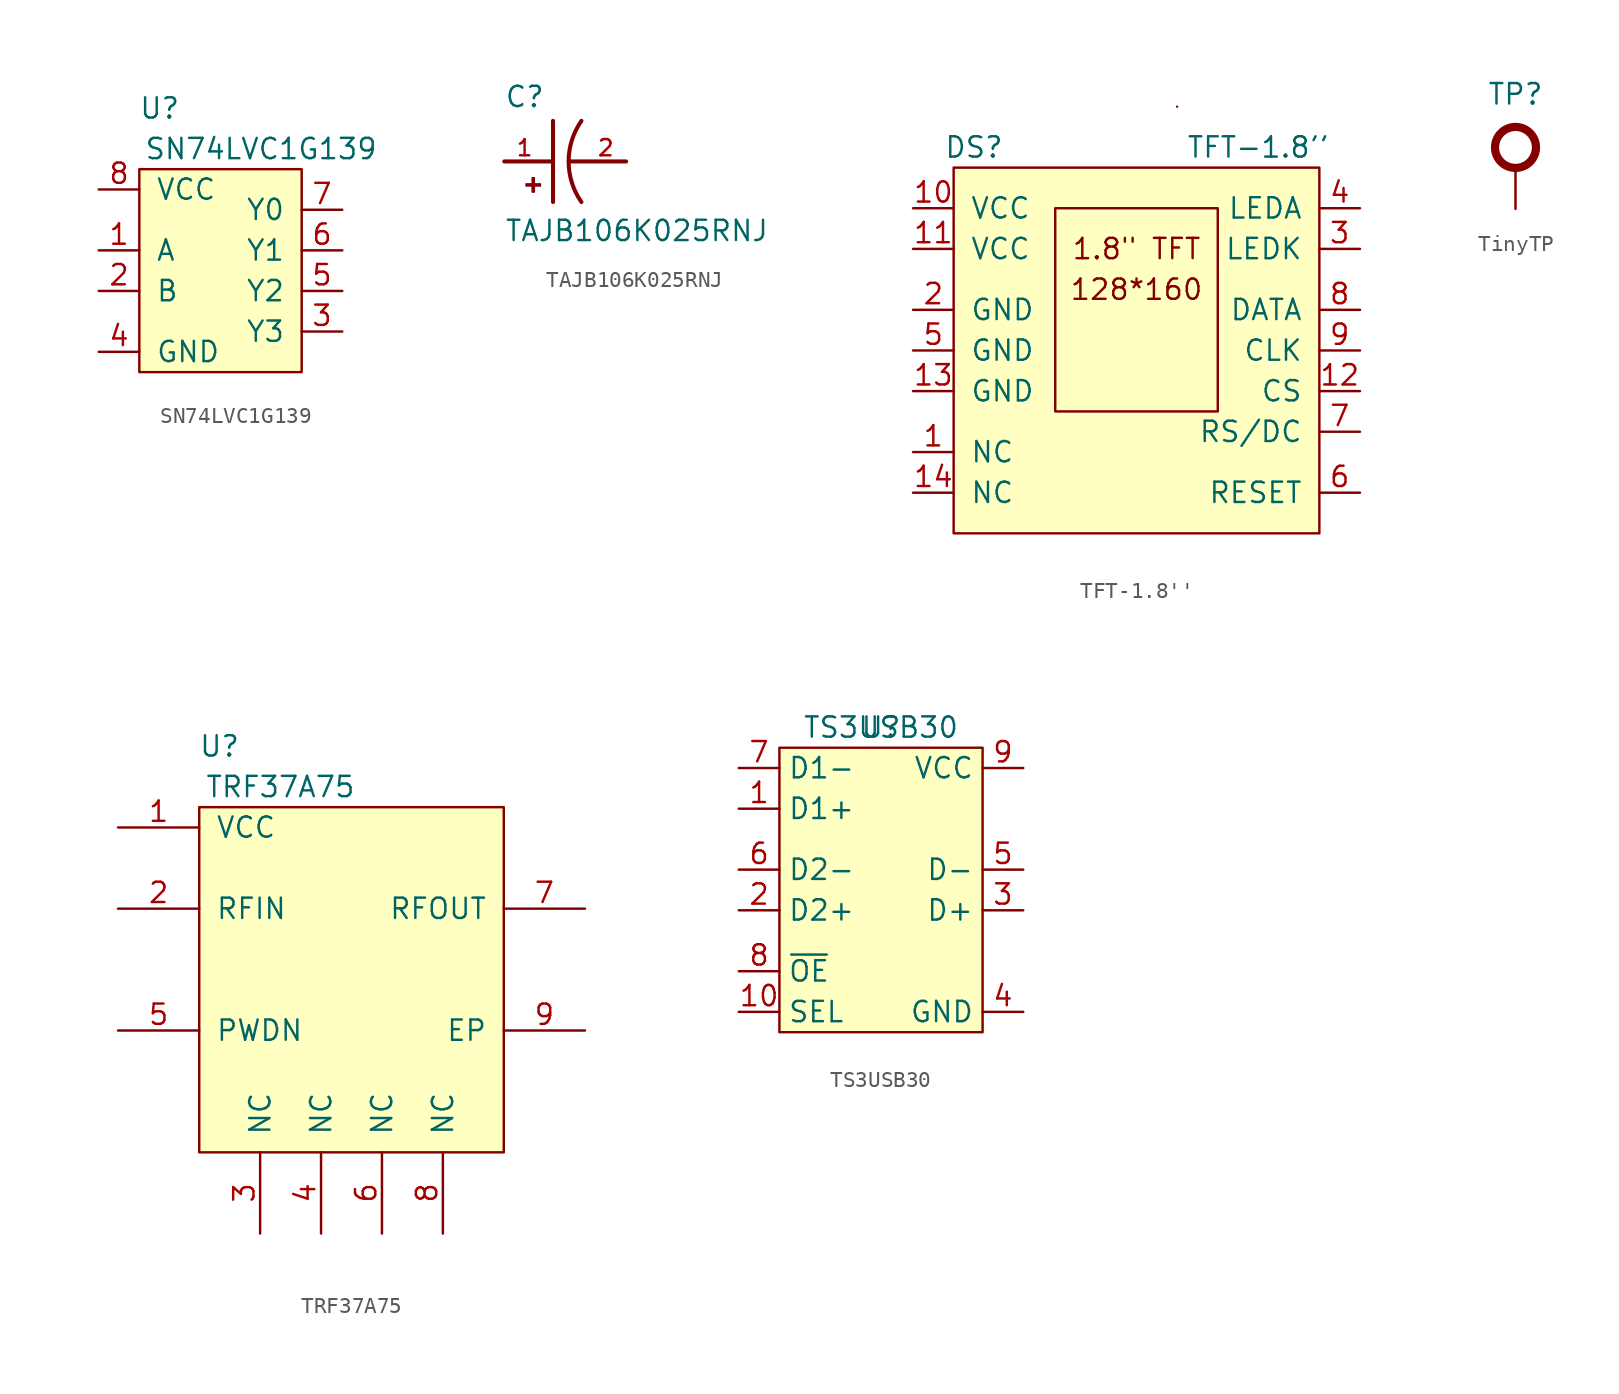
<source format=kicad_sym>
(kicad_symbol_lib
  (version 20231120)
  (generator "kicad_symbol_editor")
  (generator_version "8.0")
  (symbol "SN74LVC1G139"
    (pin_names
      (offset 1.016))
    (property "Reference" "U"
      (at -3.81 10.16 0)
      (effects (font (size 1.27 1.27))))
    (property "Value" "SN74LVC1G139"
      (at 2.54 7.62 0)
      (effects (font (size 1.27 1.27))))
    (symbol "SN74LVC1G139_0_1"
      (rectangle (start 5.08 -6.35) (end -5.08 6.35) (stroke (width 0) (type default)) (fill (type background))))
    (symbol "SN74LVC1G139_1_1"
      (pin bidirectional line (at -7.62 1.27 0) (length 2.54) (name "A" (effects (font (size 1.27 1.27)))) (number "1" (effects (font (size 1.27 1.27)))))
      (pin bidirectional line (at -7.62 -1.27 0) (length 2.54) (name "B" (effects (font (size 1.27 1.27)))) (number "2" (effects (font (size 1.27 1.27)))))
      (pin bidirectional line (at 7.62 -3.81 180) (length 2.54) (name "Y3" (effects (font (size 1.27 1.27)))) (number "3" (effects (font (size 1.27 1.27)))))
      (pin power_in line (at -7.62 -5.08 0) (length 2.54) (name "GND" (effects (font (size 1.27 1.27)))) (number "4" (effects (font (size 1.27 1.27)))))
      (pin bidirectional line (at 7.62 -1.27 180) (length 2.54) (name "Y2" (effects (font (size 1.27 1.27)))) (number "5" (effects (font (size 1.27 1.27)))))
      (pin bidirectional line (at 7.62 1.27 180) (length 2.54) (name "Y1" (effects (font (size 1.27 1.27)))) (number "6" (effects (font (size 1.27 1.27)))))
      (pin bidirectional line (at 7.62 3.81 180) (length 2.54) (name "Y0" (effects (font (size 1.27 1.27)))) (number "7" (effects (font (size 1.27 1.27)))))
      (pin power_in line (at -7.62 5.08 0) (length 2.54) (name "VCC" (effects (font (size 1.27 1.27)))) (number "8" (effects (font (size 1.27 1.27)))))))
  (symbol "TAJB106K025RNJ"
    (pin_names
      (offset 1.016))
    (property "Reference" "C"
      (at -5.08 3.302 0)
      (effects (font (size 1.27 1.27)) (justify left bottom)))
    (property "Value" "TAJB106K025RNJ"
      (at -5.08 -5.08 0)
      (effects (font (size 1.27 1.27)) (justify left bottom)))
    (symbol "TAJB106K025RNJ_0_0"
      (rectangle (start -3.713 -1.532) (end -2.824 -1.405) (stroke (width 0.1) (type default)) (fill (type outline)))
      (rectangle (start -3.332 -1.913) (end -3.205 -1.024) (stroke (width 0.1) (type default)) (fill (type outline)))
      (arc (start -0.254 2.54) (mid -1.0549 0) (end -0.254 -2.54) (stroke (width 0.254) (type default)) (fill (type none)))
      (polyline (pts (xy -5.08 0) (xy -2.032 0)) (stroke (width 0.254) (type default)) (fill (type none)))
      (polyline (pts (xy -2.032 2.54) (xy -2.032 -2.54)) (stroke (width 0.254) (type default)) (fill (type none)))
      (polyline (pts (xy -1.016 0) (xy 2.54 0)) (stroke (width 0.254) (type default)) (fill (type none)))
      (pin passive line (at -5.08 0 0) (length 2.54) (name "~" (effects (font (size 1.016 1.016)))) (number "1" (effects (font (size 1.016 1.016)))))
      (pin passive line (at 2.54 0 180) (length 2.54) (name "~" (effects (font (size 1.016 1.016)))) (number "2" (effects (font (size 1.016 1.016)))))))
  (symbol "TFT-1.8''"
    (pin_names
      (offset 1.016))
    (property "Reference" "DS"
      (at -10.16 11.43 0)
      (effects (font (size 1.27 1.27))))
    (property "Value" "TFT-1.8''"
      (at 7.62 11.43 0)
      (effects (font (size 1.27 1.27))))
    (symbol "TFT-1.8''_0_0"
      (text "1.8\" TFT" (at 0 5.08 0) (effects (font (size 1.27 1.27))))
      (text "128*160" (at 0 2.54 0) (effects (font (size 1.27 1.27)))))
    (symbol "TFT-1.8''_0_1"
      (rectangle (start -11.43 10.16) (end 11.43 -12.7) (stroke (width 0) (type default)) (fill (type background)))
      (rectangle (start -5.08 7.62) (end 5.08 -5.08) (stroke (width 0) (type default)) (fill (type none)))
      (rectangle (start 2.54 13.97) (end 2.54 13.97) (stroke (width 0) (type default)) (fill (type none))))
    (symbol "TFT-1.8''_1_1"
      (pin bidirectional line (at -13.97 -7.62 0) (length 2.54) (name "NC" (effects (font (size 1.27 1.27)))) (number "1" (effects (font (size 1.27 1.27)))))
      (pin power_in line (at -13.97 7.62 0) (length 2.54) (name "VCC" (effects (font (size 1.27 1.27)))) (number "10" (effects (font (size 1.27 1.27)))))
      (pin power_in line (at -13.97 5.08 0) (length 2.54) (name "VCC" (effects (font (size 1.27 1.27)))) (number "11" (effects (font (size 1.27 1.27)))))
      (pin bidirectional line (at 13.97 -3.81 180) (length 2.54) (name "CS" (effects (font (size 1.27 1.27)))) (number "12" (effects (font (size 1.27 1.27)))))
      (pin power_in line (at -13.97 -3.81 0) (length 2.54) (name "GND" (effects (font (size 1.27 1.27)))) (number "13" (effects (font (size 1.27 1.27)))))
      (pin bidirectional line (at -13.97 -10.16 0) (length 2.54) (name "NC" (effects (font (size 1.27 1.27)))) (number "14" (effects (font (size 1.27 1.27)))))
      (pin power_in line (at -13.97 1.27 0) (length 2.54) (name "GND" (effects (font (size 1.27 1.27)))) (number "2" (effects (font (size 1.27 1.27)))))
      (pin bidirectional line (at 13.97 5.08 180) (length 2.54) (name "LEDK" (effects (font (size 1.27 1.27)))) (number "3" (effects (font (size 1.27 1.27)))))
      (pin bidirectional line (at 13.97 7.62 180) (length 2.54) (name "LEDA" (effects (font (size 1.27 1.27)))) (number "4" (effects (font (size 1.27 1.27)))))
      (pin power_in line (at -13.97 -1.27 0) (length 2.54) (name "GND" (effects (font (size 1.27 1.27)))) (number "5" (effects (font (size 1.27 1.27)))))
      (pin bidirectional line (at 13.97 -10.16 180) (length 2.54) (name "RESET" (effects (font (size 1.27 1.27)))) (number "6" (effects (font (size 1.27 1.27)))))
      (pin bidirectional line (at 13.97 -6.35 180) (length 2.54) (name "RS/DC" (effects (font (size 1.27 1.27)))) (number "7" (effects (font (size 1.27 1.27)))))
      (pin bidirectional line (at 13.97 1.27 180) (length 2.54) (name "DATA" (effects (font (size 1.27 1.27)))) (number "8" (effects (font (size 1.27 1.27)))))
      (pin bidirectional line (at 13.97 -1.27 180) (length 2.54) (name "CLK" (effects (font (size 1.27 1.27)))) (number "9" (effects (font (size 1.27 1.27)))))))
  (symbol "TinyTP"
    (pin_numbers hide)
    (pin_names hide)
    (property "Reference" "TP"
      (at 0 3.302 0)
      (effects (font (size 1.27 1.27))))
    (property "Value" ""
      (at 0 0 0)
      (effects (font (size 1.27 1.27))))
    (symbol "TinyTP_0_1"
      (circle (center 0 0) (radius 1.27) (stroke (width 0.508) (type default)) (fill (type none))))
    (symbol "TinyTP_1_1"
      (pin passive line (at 0 -3.81 90) (length 2.54) (name "1" (effects (font (size 1.27 1.27)))) (number "1" (effects (font (size 1.27 1.27)))))))
  (symbol "TRF37A75"
    (pin_names
      (offset 1.016))
    (property "Reference" "U"
      (at -7.62 13.97 0)
      (effects (font (size 1.27 1.27))))
    (property "Value" "TRF37A75"
      (at -3.81 11.43 0)
      (effects (font (size 1.27 1.27))))
    (symbol "TRF37A75_0_1"
      (rectangle (start -8.89 10.16) (end 10.16 -11.43) (stroke (width 0) (type default)) (fill (type background))))
    (symbol "TRF37A75_1_1"
      (pin power_in line (at -13.97 8.89 0) (length 5.08) (name "VCC" (effects (font (size 1.27 1.27)))) (number "1" (effects (font (size 1.27 1.27)))))
      (pin bidirectional line (at -13.97 3.81 0) (length 5.08) (name "RFIN" (effects (font (size 1.27 1.27)))) (number "2" (effects (font (size 1.27 1.27)))))
      (pin power_in line (at -5.08 -16.51 90) (length 5.08) (name "NC" (effects (font (size 1.27 1.27)))) (number "3" (effects (font (size 1.27 1.27)))))
      (pin power_in line (at -1.27 -16.51 90) (length 5.08) (name "NC" (effects (font (size 1.27 1.27)))) (number "4" (effects (font (size 1.27 1.27)))))
      (pin bidirectional line (at -13.97 -3.81 0) (length 5.08) (name "PWDN" (effects (font (size 1.27 1.27)))) (number "5" (effects (font (size 1.27 1.27)))))
      (pin power_in line (at 2.54 -16.51 90) (length 5.08) (name "NC" (effects (font (size 1.27 1.27)))) (number "6" (effects (font (size 1.27 1.27)))))
      (pin bidirectional line (at 15.24 3.81 180) (length 5.08) (name "RFOUT" (effects (font (size 1.27 1.27)))) (number "7" (effects (font (size 1.27 1.27)))))
      (pin power_in line (at 6.35 -16.51 90) (length 5.08) (name "NC" (effects (font (size 1.27 1.27)))) (number "8" (effects (font (size 1.27 1.27)))))
      (pin power_in line (at 15.24 -3.81 180) (length 5.08) (name "EP" (effects (font (size 1.27 1.27)))) (number "9" (effects (font (size 1.27 1.27)))))))
  (symbol "TS3USB30"
    (property "Reference" "U"
      (at 0 0 0)
      (effects (font (size 1.27 1.27))))
    (property "Value" "TS3USB30"
      (at 0 0 0)
      (effects (font (size 1.27 1.27))))
    (symbol "TS3USB30_0_1"
      (rectangle (start -6.35 -1.27) (end 6.35 -19.05) (stroke (width 0) (type default)) (fill (type background))))
    (symbol "TS3USB30_1_1"
      (pin bidirectional line (at -8.89 -5.08 0) (length 2.54) (name "D1+" (effects (font (size 1.27 1.27)))) (number "1" (effects (font (size 1.27 1.27)))))
      (pin bidirectional line (at -8.89 -17.78 0) (length 2.54) (name "SEL" (effects (font (size 1.27 1.27)))) (number "10" (effects (font (size 1.27 1.27)))))
      (pin bidirectional line (at -8.89 -11.43 0) (length 2.54) (name "D2+" (effects (font (size 1.27 1.27)))) (number "2" (effects (font (size 1.27 1.27)))))
      (pin bidirectional line (at 8.89 -11.43 180) (length 2.54) (name "D+" (effects (font (size 1.27 1.27)))) (number "3" (effects (font (size 1.27 1.27)))))
      (pin power_in line (at 8.89 -17.78 180) (length 2.54) (name "GND" (effects (font (size 1.27 1.27)))) (number "4" (effects (font (size 1.27 1.27)))))
      (pin bidirectional line (at 8.89 -8.89 180) (length 2.54) (name "D-" (effects (font (size 1.27 1.27)))) (number "5" (effects (font (size 1.27 1.27)))))
      (pin bidirectional line (at -8.89 -8.89 0) (length 2.54) (name "D2-" (effects (font (size 1.27 1.27)))) (number "6" (effects (font (size 1.27 1.27)))))
      (pin bidirectional line (at -8.89 -2.54 0) (length 2.54) (name "D1-" (effects (font (size 1.27 1.27)))) (number "7" (effects (font (size 1.27 1.27)))))
      (pin bidirectional line (at -8.89 -15.24 0) (length 2.54) (name "~{OE}" (effects (font (size 1.27 1.27)))) (number "8" (effects (font (size 1.27 1.27)))))
      (pin power_in line (at 8.89 -2.54 180) (length 2.54) (name "VCC" (effects (font (size 1.27 1.27)))) (number "9" (effects (font (size 1.27 1.27))))))))
</source>
